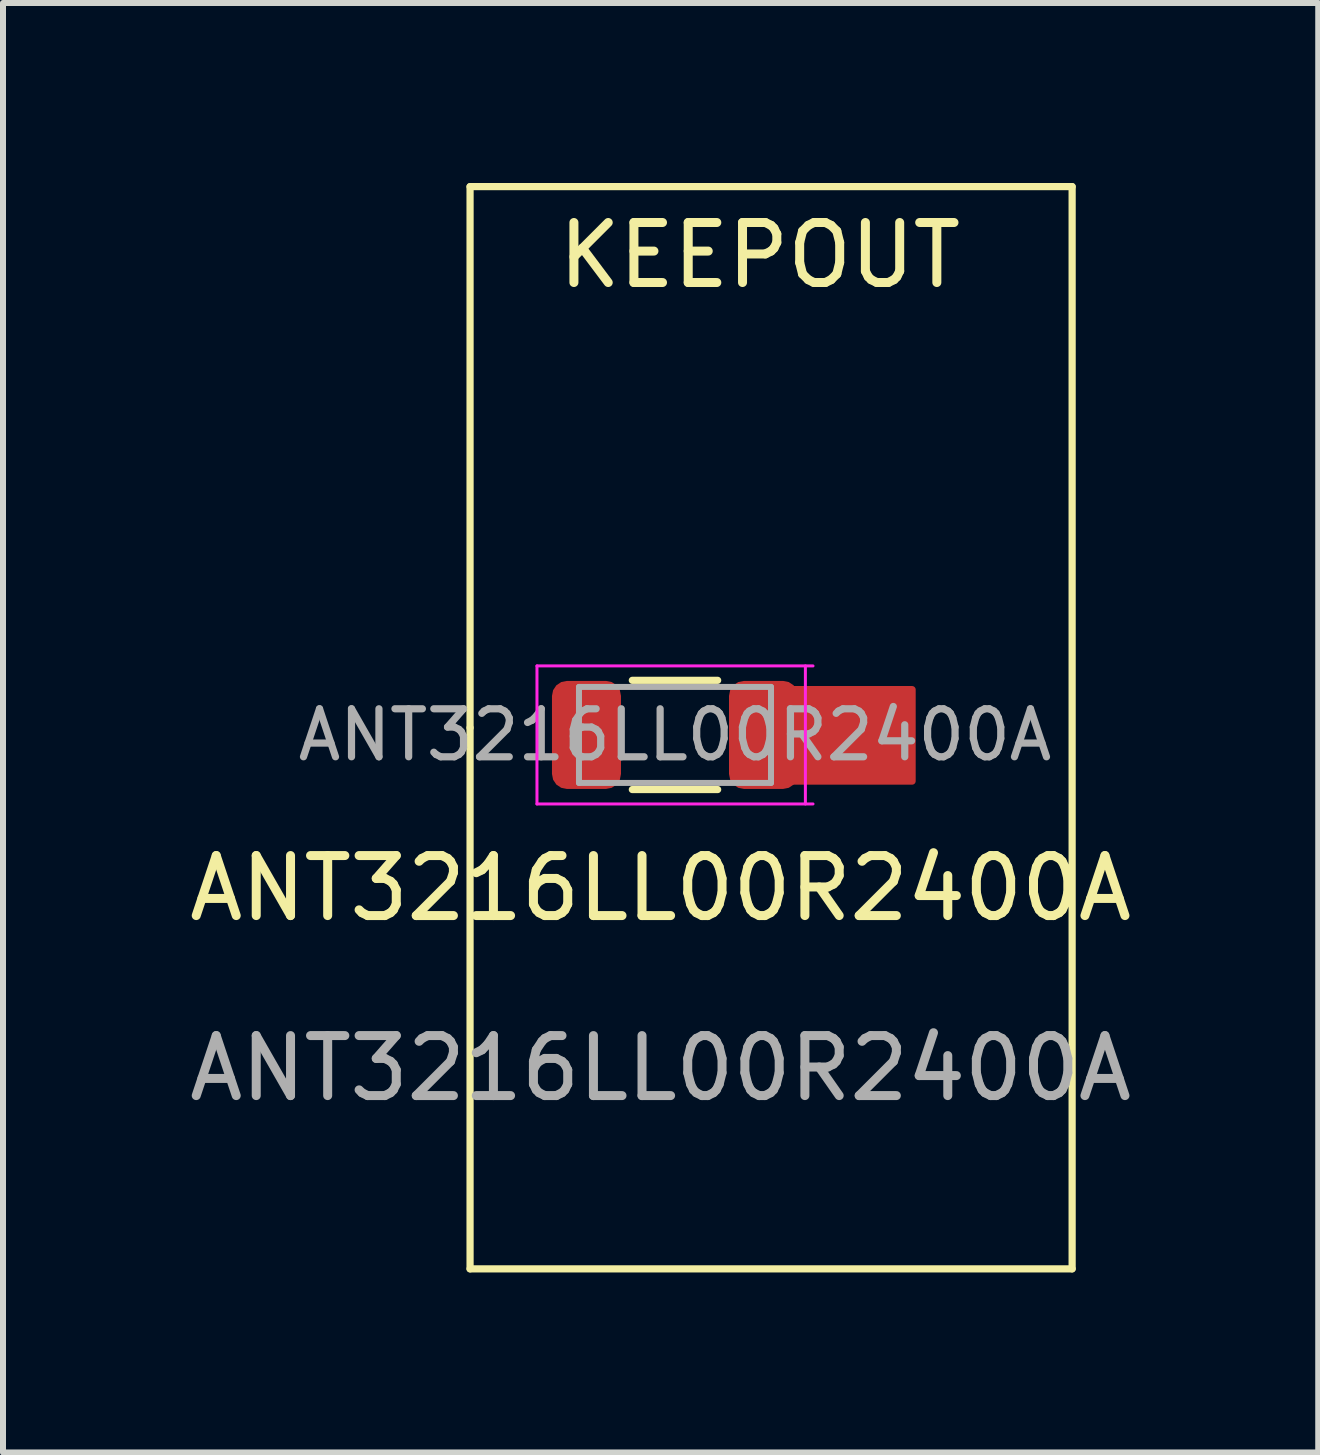
<source format=kicad_pcb>
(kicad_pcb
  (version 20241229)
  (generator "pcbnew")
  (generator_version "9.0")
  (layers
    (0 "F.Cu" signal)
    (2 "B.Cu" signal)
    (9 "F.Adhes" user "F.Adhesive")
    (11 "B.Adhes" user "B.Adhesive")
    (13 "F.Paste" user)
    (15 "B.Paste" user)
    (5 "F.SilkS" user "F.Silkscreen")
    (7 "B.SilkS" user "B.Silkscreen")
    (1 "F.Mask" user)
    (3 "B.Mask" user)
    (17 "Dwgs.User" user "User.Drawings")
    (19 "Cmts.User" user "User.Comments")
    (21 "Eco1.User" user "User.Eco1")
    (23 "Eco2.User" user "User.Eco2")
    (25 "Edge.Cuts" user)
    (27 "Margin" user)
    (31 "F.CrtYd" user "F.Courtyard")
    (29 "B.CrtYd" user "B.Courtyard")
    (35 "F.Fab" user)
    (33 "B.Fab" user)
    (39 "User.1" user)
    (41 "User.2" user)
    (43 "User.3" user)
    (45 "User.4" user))
  (footprint "ANT3216LL00R2400A"
    (layer "F.Cu")
    (at 7.958 12.252)
    (property "Reference" "ANT3216LL00R2400A" (at 0 -0.5 0) (unlocked yes) (layer "F.SilkS") (effects (font (size 1 1) (thickness 0.15))))
    (attr smd)
    (fp_rect (start 1.651 -3.81) (end 4.191 -2.286) (stroke (width 0.12) (type solid)) (fill yes) (layer "F.Cu"))
    (fp_line (start -3.175 -12.192) (end 6.858 -12.192) (stroke (width 0.12) (type solid)) (layer "F.SilkS"))
    (fp_line (start -3.175 -3.175) (end -3.175 -12.192) (stroke (width 0.12) (type solid)) (layer "F.SilkS"))
    (fp_line (start -3.175 5.842) (end -3.175 -3.175) (stroke (width 0.12) (type solid)) (layer "F.SilkS"))
    (fp_line (start -0.471 -3.965) (end 0.951 -3.965) (stroke (width 0.12) (type solid)) (layer "F.SilkS"))
    (fp_line (start -0.471 -2.145) (end 0.951 -2.145) (stroke (width 0.12) (type solid)) (layer "F.SilkS"))
    (fp_line (start 6.858 -12.192) (end 6.858 5.842) (stroke (width 0.12) (type solid)) (layer "F.SilkS"))
    (fp_line (start 6.858 5.842) (end -3.175 5.842) (stroke (width 0.12) (type solid)) (layer "F.SilkS"))
    (fp_line (start -2.06 -4.205) (end 2.54 -4.205) (stroke (width 0.05) (type solid)) (layer "F.CrtYd"))
    (fp_line (start -2.06 -1.905) (end -2.06 -4.205) (stroke (width 0.05) (type solid)) (layer "F.CrtYd"))
    (fp_line (start 2.413 -4.205) (end 2.413 -1.905) (stroke (width 0.05) (type solid)) (layer "F.CrtYd"))
    (fp_line (start 2.54 -1.905) (end -2.06 -1.905) (stroke (width 0.05) (type solid)) (layer "F.CrtYd"))
    (fp_line (start -1.36 -3.855) (end 1.84 -3.855) (stroke (width 0.1) (type solid)) (layer "F.Fab"))
    (fp_line (start -1.36 -2.255) (end -1.36 -3.855) (stroke (width 0.1) (type solid)) (layer "F.Fab"))
    (fp_line (start 1.84 -3.855) (end 1.84 -2.255) (stroke (width 0.1) (type solid)) (layer "F.Fab"))
    (fp_line (start 1.84 -2.255) (end -1.36 -2.255) (stroke (width 0.1) (type solid)) (layer "F.Fab"))
    (fp_text user "KEEPOUT" (at 1.651 -11.049 0) (unlocked yes) (layer "F.SilkS") (effects (font (size 1 1) (thickness 0.15))))
    (fp_text user "${REFERENCE}" (at 0 2.5 0) (unlocked yes) (layer "F.Fab") (effects (font (size 1 1) (thickness 0.15))))
    (fp_text user "${REFERENCE}" (at 0.24 -3.055 0) (layer "F.Fab") (effects (font (size 0.8 0.8) (thickness 0.12))))
    (pad "1" smd roundrect (at -1.235 -3.055) (size 1.15 1.8) (layers "F.Cu" "F.Mask" "F.Paste") (roundrect_rratio 0.217))
    (pad "2" smd roundrect (at 1.715 -3.055) (size 1.15 1.8) (layers "F.Cu" "F.Mask" "F.Paste") (roundrect_rratio 0.217))
    (zone (net_name "") (layer "F.SilkS") (name "Antenna Keepout") (hatch edge 0.508) (connect_pads) (min_thickness 0.254) (filled_areas_thickness no) (keepout (tracks not_allowed) (vias not_allowed) (pads not_allowed) (copperpour not_allowed) (footprints allowed)) (placement (enabled no)) (fill) (polygon (pts (xy 14.816 18.094) (xy 4.783 18.094) (xy 4.783 0.06) (xy 14.816 0.06)))))
  (gr_rect
    (start -3 -3)
    (end 18.917 21.154)
    (stroke (width 0.1) (type default))
    (fill no)
    (layer "Edge.Cuts")))
</source>
